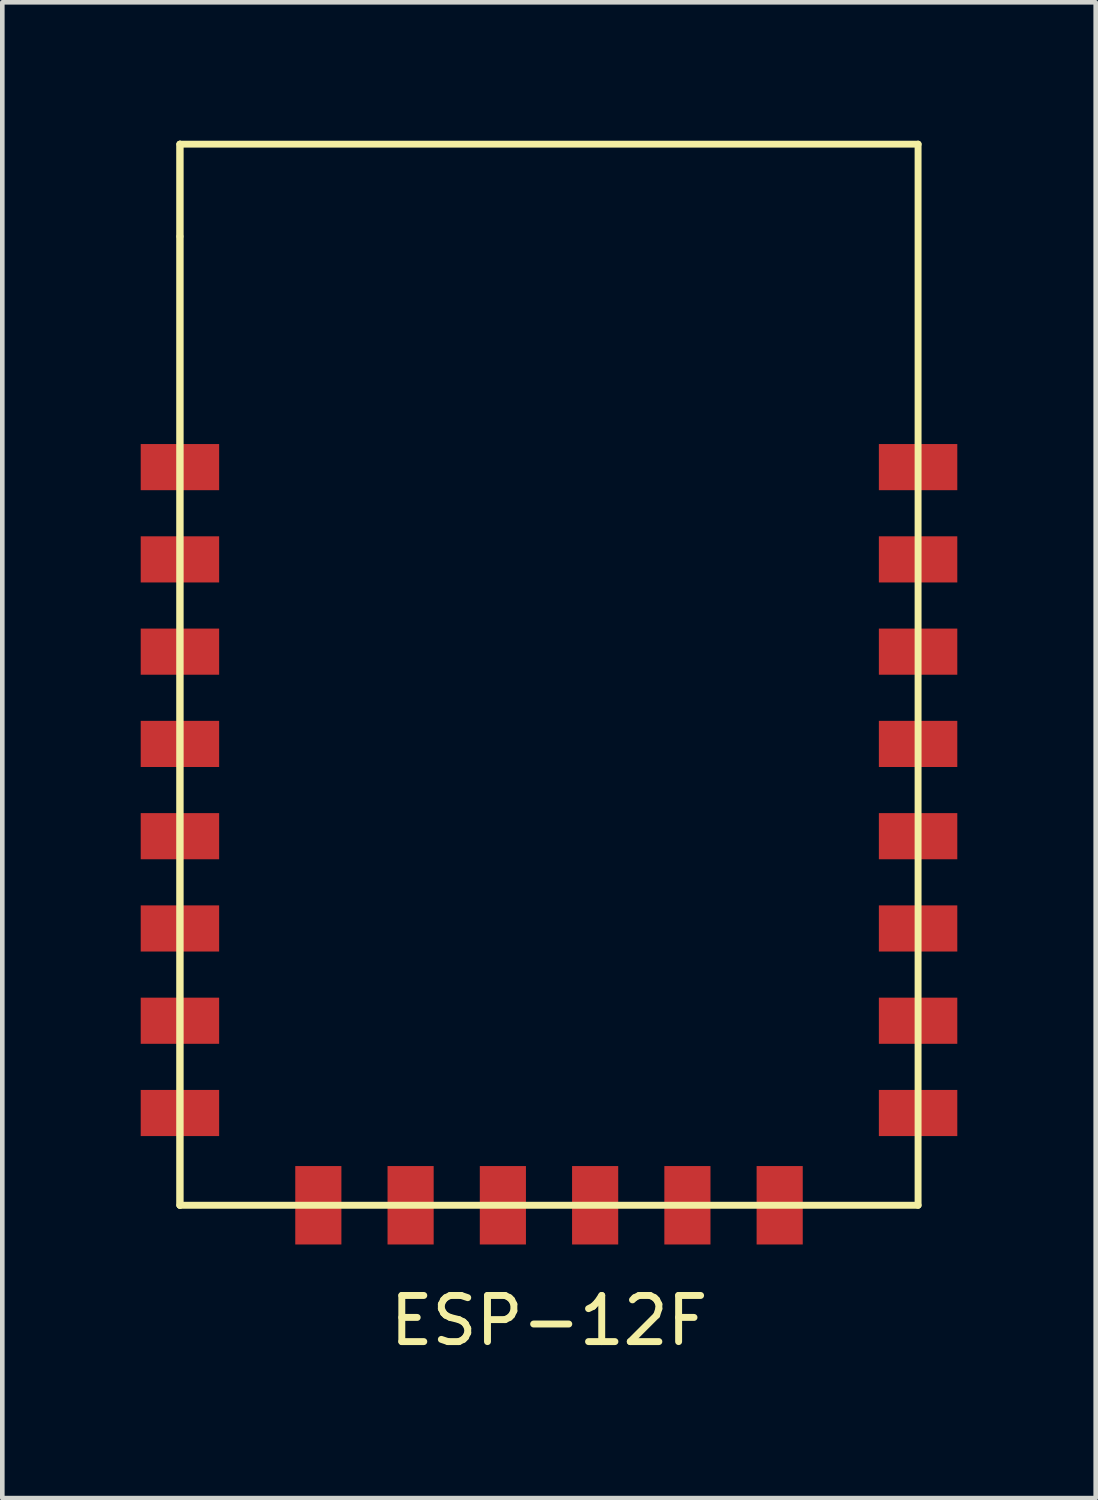
<source format=kicad_pcb>
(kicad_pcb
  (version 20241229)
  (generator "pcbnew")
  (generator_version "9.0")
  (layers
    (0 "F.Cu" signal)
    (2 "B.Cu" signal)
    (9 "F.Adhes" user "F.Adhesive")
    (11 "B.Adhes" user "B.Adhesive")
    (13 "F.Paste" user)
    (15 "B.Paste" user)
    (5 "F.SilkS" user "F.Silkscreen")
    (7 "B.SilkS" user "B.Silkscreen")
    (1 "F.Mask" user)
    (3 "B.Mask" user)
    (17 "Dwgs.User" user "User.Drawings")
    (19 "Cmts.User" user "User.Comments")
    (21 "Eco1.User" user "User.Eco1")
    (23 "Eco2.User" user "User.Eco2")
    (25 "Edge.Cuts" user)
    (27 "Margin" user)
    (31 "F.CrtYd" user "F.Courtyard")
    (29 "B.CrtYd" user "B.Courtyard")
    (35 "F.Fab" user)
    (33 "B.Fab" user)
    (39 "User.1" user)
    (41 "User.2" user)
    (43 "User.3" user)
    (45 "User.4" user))
  (footprint "ESP-12F"
    (layer "F.Cu")
    (at 8.85 25.075)
    (property "Reference" "ESP-12F" (at 0 0.5 0) (layer "F.SilkS") (effects (font (size 1 1) (thickness 0.15))))
    (attr through_hole)
    (fp_line (start -8 -25) (end -8 -2) (stroke (width 0.15) (type solid)) (layer "F.SilkS"))
    (fp_line (start -8 -23) (end -8 -25) (stroke (width 0.15) (type solid)) (layer "F.SilkS"))
    (fp_line (start -8 -2) (end -8 -23) (stroke (width 0.15) (type solid)) (layer "F.SilkS"))
    (fp_line (start -8 -2) (end 8 -2) (stroke (width 0.15) (type solid)) (layer "F.SilkS"))
    (fp_line (start 8 -25) (end -8 -25) (stroke (width 0.15) (type solid)) (layer "F.SilkS"))
    (fp_line (start 8 -2) (end 8 -25) (stroke (width 0.15) (type solid)) (layer "F.SilkS"))
    (pad "1" smd rect (at -8 -18 90) (size 1 1.7) (layers "F.Cu" "F.Mask" "F.Paste"))
    (pad "2" smd rect (at -8 -16 90) (size 1 1.7) (layers "F.Cu" "F.Mask" "F.Paste"))
    (pad "3" smd rect (at -8 -14 90) (size 1 1.7) (layers "F.Cu" "F.Mask" "F.Paste"))
    (pad "4" smd rect (at -8 -12 90) (size 1 1.7) (layers "F.Cu" "F.Mask" "F.Paste"))
    (pad "5" smd rect (at -8 -10 90) (size 1 1.7) (layers "F.Cu" "F.Mask" "F.Paste"))
    (pad "6" smd rect (at -8 -8 90) (size 1 1.7) (layers "F.Cu" "F.Mask" "F.Paste"))
    (pad "7" smd rect (at -8 -6 90) (size 1 1.7) (layers "F.Cu" "F.Mask" "F.Paste"))
    (pad "8" smd rect (at -8 -4 90) (size 1 1.7) (layers "F.Cu" "F.Mask" "F.Paste"))
    (pad "9" smd rect (at -5 -2) (size 1 1.7) (layers "F.Cu" "F.Mask" "F.Paste"))
    (pad "10" smd rect (at -3 -2) (size 1 1.7) (layers "F.Cu" "F.Mask" "F.Paste"))
    (pad "11" smd rect (at -1 -2) (size 1 1.7) (layers "F.Cu" "F.Mask" "F.Paste"))
    (pad "12" smd rect (at 1 -2) (size 1 1.7) (layers "F.Cu" "F.Mask" "F.Paste"))
    (pad "13" smd rect (at 3 -2) (size 1 1.7) (layers "F.Cu" "F.Mask" "F.Paste"))
    (pad "14" smd rect (at 5 -2) (size 1 1.7) (layers "F.Cu" "F.Mask" "F.Paste"))
    (pad "15" smd rect (at 8 -4 90) (size 1 1.7) (layers "F.Cu" "F.Mask" "F.Paste"))
    (pad "16" smd rect (at 8 -6 90) (size 1 1.7) (layers "F.Cu" "F.Mask" "F.Paste"))
    (pad "17" smd rect (at 8 -8 90) (size 1 1.7) (layers "F.Cu" "F.Mask" "F.Paste"))
    (pad "18" smd rect (at 8 -10 90) (size 1 1.7) (layers "F.Cu" "F.Mask" "F.Paste"))
    (pad "19" smd rect (at 8 -12 90) (size 1 1.7) (layers "F.Cu" "F.Mask" "F.Paste"))
    (pad "20" smd rect (at 8 -14 90) (size 1 1.7) (layers "F.Cu" "F.Mask" "F.Paste"))
    (pad "21" smd rect (at 8 -16 90) (size 1 1.7) (layers "F.Cu" "F.Mask" "F.Paste"))
    (pad "22" smd rect (at 8 -18 90) (size 1 1.7) (layers "F.Cu" "F.Mask" "F.Paste")))
  (gr_rect
    (start -3 -3)
    (end 20.7 29.423)
    (stroke (width 0.1) (type default))
    (fill no)
    (layer "Edge.Cuts")))
</source>
